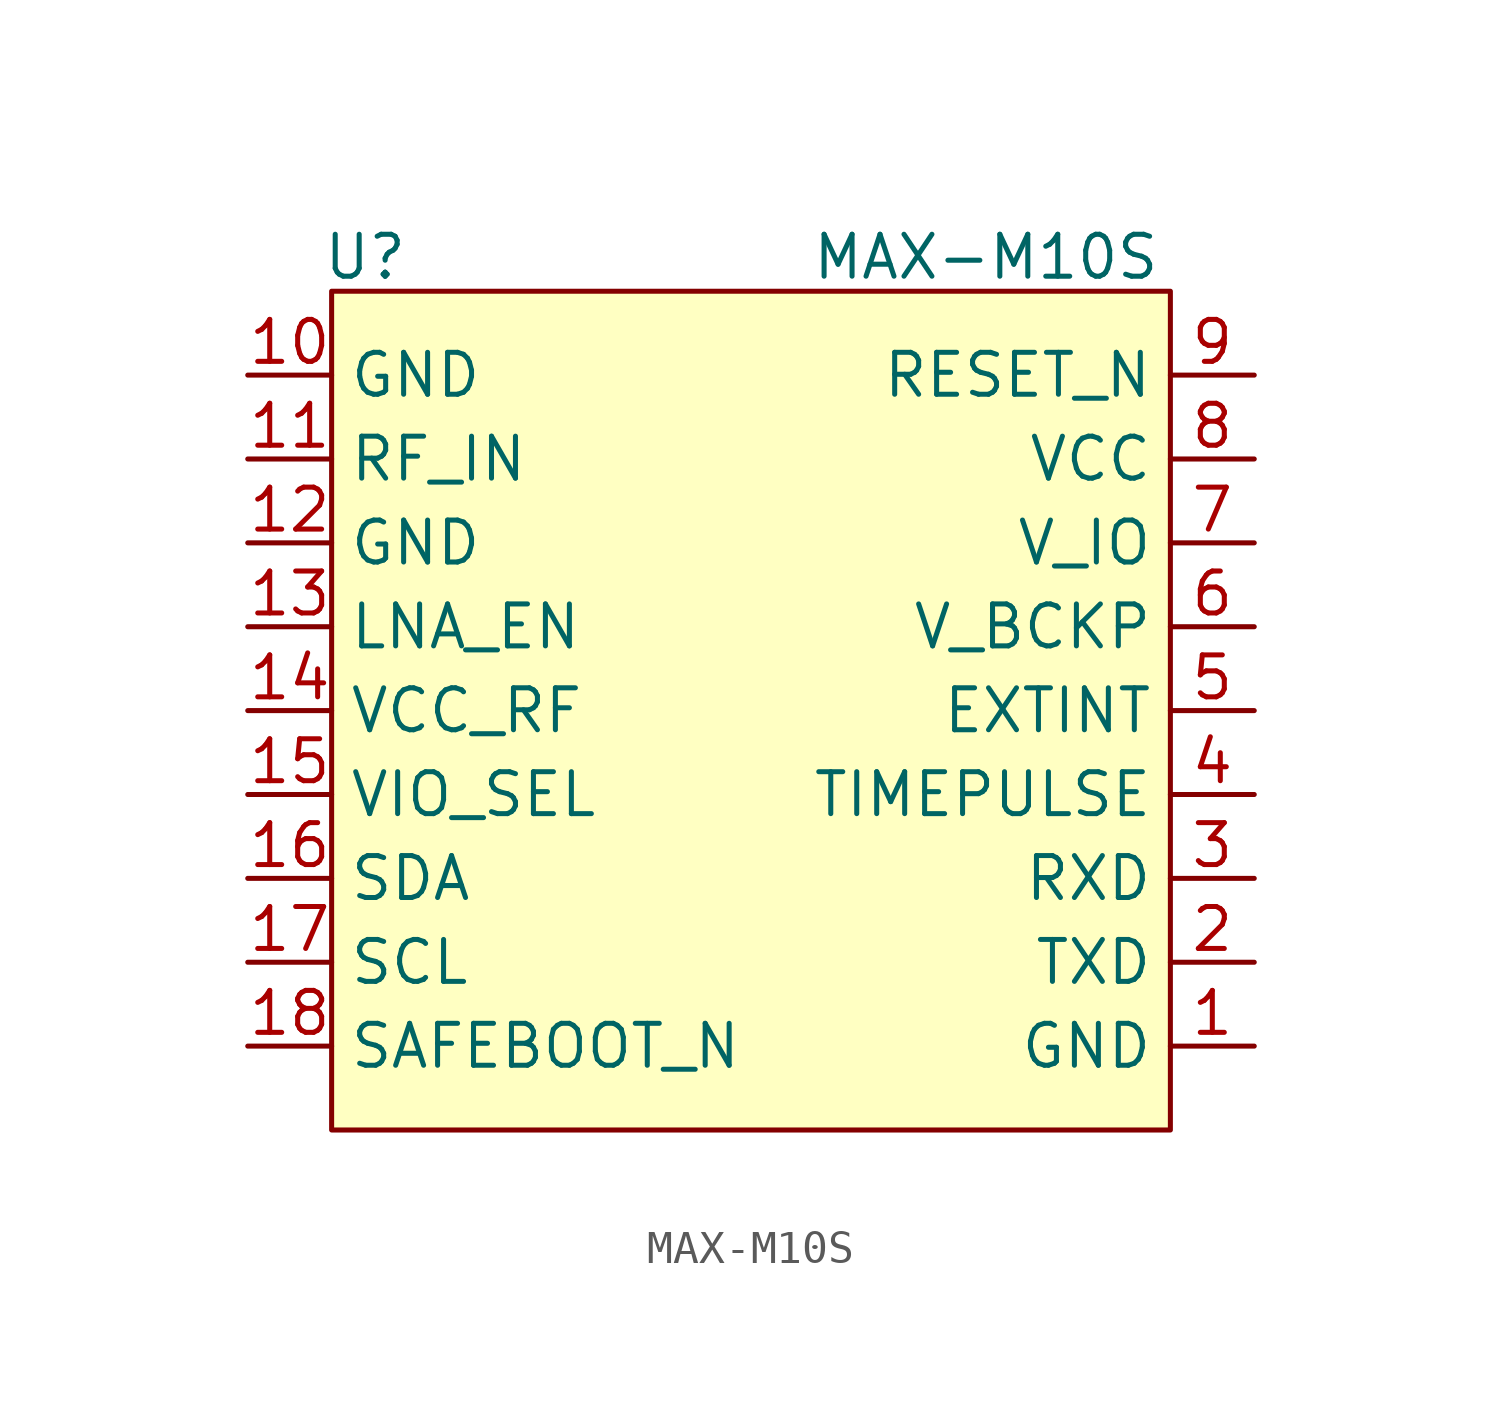
<source format=kicad_sym>
(kicad_symbol_lib
  (version 20231120)
  (generator "kicad_symbol_editor")
  (generator_version "8.0")
  (symbol "MAX-M10S"
    (property "Reference" "U"
      (at -11.684 14.478 0)
      (effects (font (size 1.27 1.27)) (justify top)))
    (property "Value" "MAX-M10S"
      (at 7.112 14.478 0)
      (effects (font (size 1.27 1.27)) (justify top)))
    (symbol "MAX-M10S_1_0"
      (pin power_in line (at -15.24 10.16 0) (length 2.54) (name "GND" (effects (font (size 1.27 1.27)))) (number "10" (effects (font (size 1.27 1.27)))))
      (pin input line (at -15.24 7.62 0) (length 2.54) (name "RF_IN" (effects (font (size 1.27 1.27)))) (number "11" (effects (font (size 1.27 1.27)))))
      (pin power_in line (at -15.24 5.08 0) (length 2.54) (name "GND" (effects (font (size 1.27 1.27)))) (number "12" (effects (font (size 1.27 1.27)))))
      (pin output line (at -15.24 2.54 0) (length 2.54) (name "LNA_EN" (effects (font (size 1.27 1.27)))) (number "13" (effects (font (size 1.27 1.27)))))
      (pin power_out line (at -15.24 0 0) (length 2.54) (name "VCC_RF" (effects (font (size 1.27 1.27)))) (number "14" (effects (font (size 1.27 1.27)))))
      (pin power_in line (at -15.24 -2.54 0) (length 2.54) (name "VIO_SEL" (effects (font (size 1.27 1.27)))) (number "15" (effects (font (size 1.27 1.27)))))
      (pin bidirectional line (at -15.24 -5.08 0) (length 2.54) (name "SDA" (effects (font (size 1.27 1.27)))) (number "16" (effects (font (size 1.27 1.27)))))
      (pin input line (at -15.24 -7.62 0) (length 2.54) (name "SCL" (effects (font (size 1.27 1.27)))) (number "17" (effects (font (size 1.27 1.27)))))
      (pin input line (at -15.24 -10.16 0) (length 2.54) (name "SAFEBOOT_N" (effects (font (size 1.27 1.27)))) (number "18" (effects (font (size 1.27 1.27)))))
      (pin output line (at 15.24 -7.62 180) (length 2.54) (name "TXD" (effects (font (size 1.27 1.27)))) (number "2" (effects (font (size 1.27 1.27)))))
      (pin input line (at 15.24 -5.08 180) (length 2.54) (name "RXD" (effects (font (size 1.27 1.27)))) (number "3" (effects (font (size 1.27 1.27)))))
      (pin output line (at 15.24 -2.54 180) (length 2.54) (name "TIMEPULSE" (effects (font (size 1.27 1.27)))) (number "4" (effects (font (size 1.27 1.27)))))
      (pin input line (at 15.24 0 180) (length 2.54) (name "EXTINT" (effects (font (size 1.27 1.27)))) (number "5" (effects (font (size 1.27 1.27)))))
      (pin power_in line (at 15.24 2.54 180) (length 2.54) (name "V_BCKP" (effects (font (size 1.27 1.27)))) (number "6" (effects (font (size 1.27 1.27)))))
      (pin power_in line (at 15.24 5.08 180) (length 2.54) (name "V_IO" (effects (font (size 1.27 1.27)))) (number "7" (effects (font (size 1.27 1.27)))))
      (pin power_in line (at 15.24 7.62 180) (length 2.54) (name "VCC" (effects (font (size 1.27 1.27)))) (number "8" (effects (font (size 1.27 1.27)))))
      (pin input line (at 15.24 10.16 180) (length 2.54) (name "RESET_N" (effects (font (size 1.27 1.27)))) (number "9" (effects (font (size 1.27 1.27))))))
    (symbol "MAX-M10S_1_1"
      (rectangle (start -12.7 12.7) (end 12.7 -12.7) (stroke (width 0) (type default)) (fill (type background)))
      (pin power_in line (at 15.24 -10.16 180) (length 2.54) (name "GND" (effects (font (size 1.27 1.27)))) (number "1" (effects (font (size 1.27 1.27))))))))
</source>
